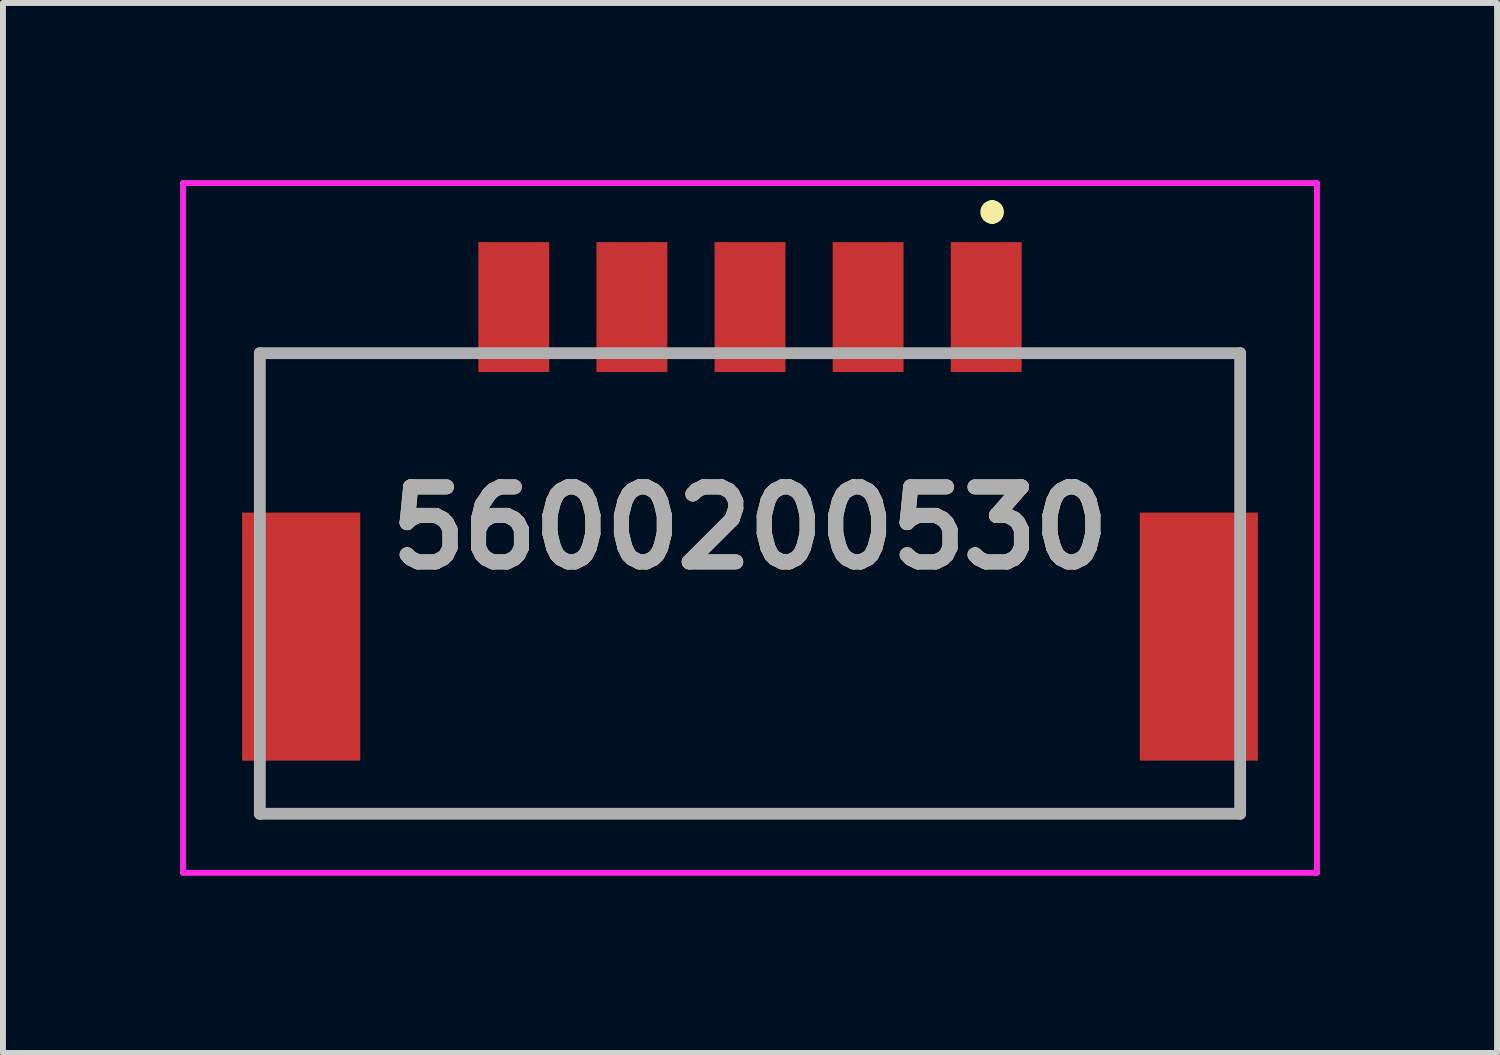
<source format=kicad_pcb>
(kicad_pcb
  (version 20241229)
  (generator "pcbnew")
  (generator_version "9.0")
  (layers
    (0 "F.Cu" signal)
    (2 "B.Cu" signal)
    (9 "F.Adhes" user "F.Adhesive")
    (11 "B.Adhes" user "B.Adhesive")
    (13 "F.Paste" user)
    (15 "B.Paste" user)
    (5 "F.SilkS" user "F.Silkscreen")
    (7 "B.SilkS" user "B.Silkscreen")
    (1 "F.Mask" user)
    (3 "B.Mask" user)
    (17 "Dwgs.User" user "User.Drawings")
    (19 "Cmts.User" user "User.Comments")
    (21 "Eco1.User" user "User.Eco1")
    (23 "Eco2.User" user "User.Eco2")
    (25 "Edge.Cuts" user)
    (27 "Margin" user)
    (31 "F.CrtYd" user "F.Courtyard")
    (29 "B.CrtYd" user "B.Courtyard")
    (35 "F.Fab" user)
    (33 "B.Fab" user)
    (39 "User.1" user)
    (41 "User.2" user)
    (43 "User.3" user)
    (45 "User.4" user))
  (footprint "5600200530"
    (layer "F.Cu")
    (at 9.65 6.44)
    (property "Reference" "5600200530" (at 0 -0.55 0) (layer "F.SilkS") (effects (font (size 1.27 1.27) (thickness 0.254))))
    (attr smd)
    (fp_line (start -8.3 -3.51) (end -5.5 -3.51) (stroke (width 0.1) (type solid)) (layer "F.SilkS"))
    (fp_line (start -8.3 -1.71) (end -8.3 -3.51) (stroke (width 0.1) (type solid)) (layer "F.SilkS"))
    (fp_line (start -8.3 4.29) (end 8.3 4.29) (stroke (width 0.1) (type solid)) (layer "F.SilkS"))
    (fp_line (start 4.1 -6) (end 4.1 -6) (stroke (width 0.2) (type solid)) (layer "F.SilkS"))
    (fp_line (start 4.1 -5.8) (end 4.1 -5.8) (stroke (width 0.2) (type solid)) (layer "F.SilkS"))
    (fp_line (start 8.3 -3.51) (end 5.5 -3.51) (stroke (width 0.1) (type solid)) (layer "F.SilkS"))
    (fp_line (start 8.3 -1.71) (end 8.3 -3.51) (stroke (width 0.1) (type solid)) (layer "F.SilkS"))
    (fp_arc (start 4.1 -6) (mid 4.2 -5.9) (end 4.1 -5.8) (stroke (width 0.2) (type solid)) (layer "F.SilkS"))
    (fp_arc (start 4.1 -5.8) (mid 4 -5.9) (end 4.1 -6) (stroke (width 0.2) (type solid)) (layer "F.SilkS"))
    (fp_line (start -9.6 -6.39) (end 9.6 -6.39) (stroke (width 0.1) (type solid)) (layer "F.CrtYd"))
    (fp_line (start -9.6 5.29) (end -9.6 -6.39) (stroke (width 0.1) (type solid)) (layer "F.CrtYd"))
    (fp_line (start 9.6 -6.39) (end 9.6 5.29) (stroke (width 0.1) (type solid)) (layer "F.CrtYd"))
    (fp_line (start 9.6 5.29) (end -9.6 5.29) (stroke (width 0.1) (type solid)) (layer "F.CrtYd"))
    (fp_line (start -8.3 -3.51) (end 8.3 -3.51) (stroke (width 0.2) (type solid)) (layer "F.Fab"))
    (fp_line (start -8.3 4.29) (end -8.3 -3.51) (stroke (width 0.2) (type solid)) (layer "F.Fab"))
    (fp_line (start 8.3 -3.51) (end 8.3 4.29) (stroke (width 0.2) (type solid)) (layer "F.Fab"))
    (fp_line (start 8.3 4.29) (end -8.3 4.29) (stroke (width 0.2) (type solid)) (layer "F.Fab"))
    (fp_text user "${REFERENCE}" (at 0 -0.55 0) (layer "F.Fab") (effects (font (size 1.27 1.27) (thickness 0.254))))
    (pad "1" smd rect (at 4 -4.29) (size 1.2 2.2) (layers "F.Cu" "F.Mask" "F.Paste"))
    (pad "2" smd rect (at 2 -4.29) (size 1.2 2.2) (layers "F.Cu" "F.Mask" "F.Paste"))
    (pad "3" smd rect (at 0 -4.29) (size 1.2 2.2) (layers "F.Cu" "F.Mask" "F.Paste"))
    (pad "4" smd rect (at -2 -4.29) (size 1.2 2.2) (layers "F.Cu" "F.Mask" "F.Paste"))
    (pad "5" smd rect (at -4 -4.29) (size 1.2 2.2) (layers "F.Cu" "F.Mask" "F.Paste"))
    (pad "MP1" smd rect (at -7.6 1.29) (size 2 4.2) (layers "F.Cu" "F.Mask" "F.Paste"))
    (pad "MP2" smd rect (at 7.6 1.29) (size 2 4.2) (layers "F.Cu" "F.Mask" "F.Paste")))
  (gr_rect
    (start -3 -3)
    (end 22.3 14.78)
    (stroke (width 0.1) (type default))
    (fill no)
    (layer "Edge.Cuts")))
</source>
